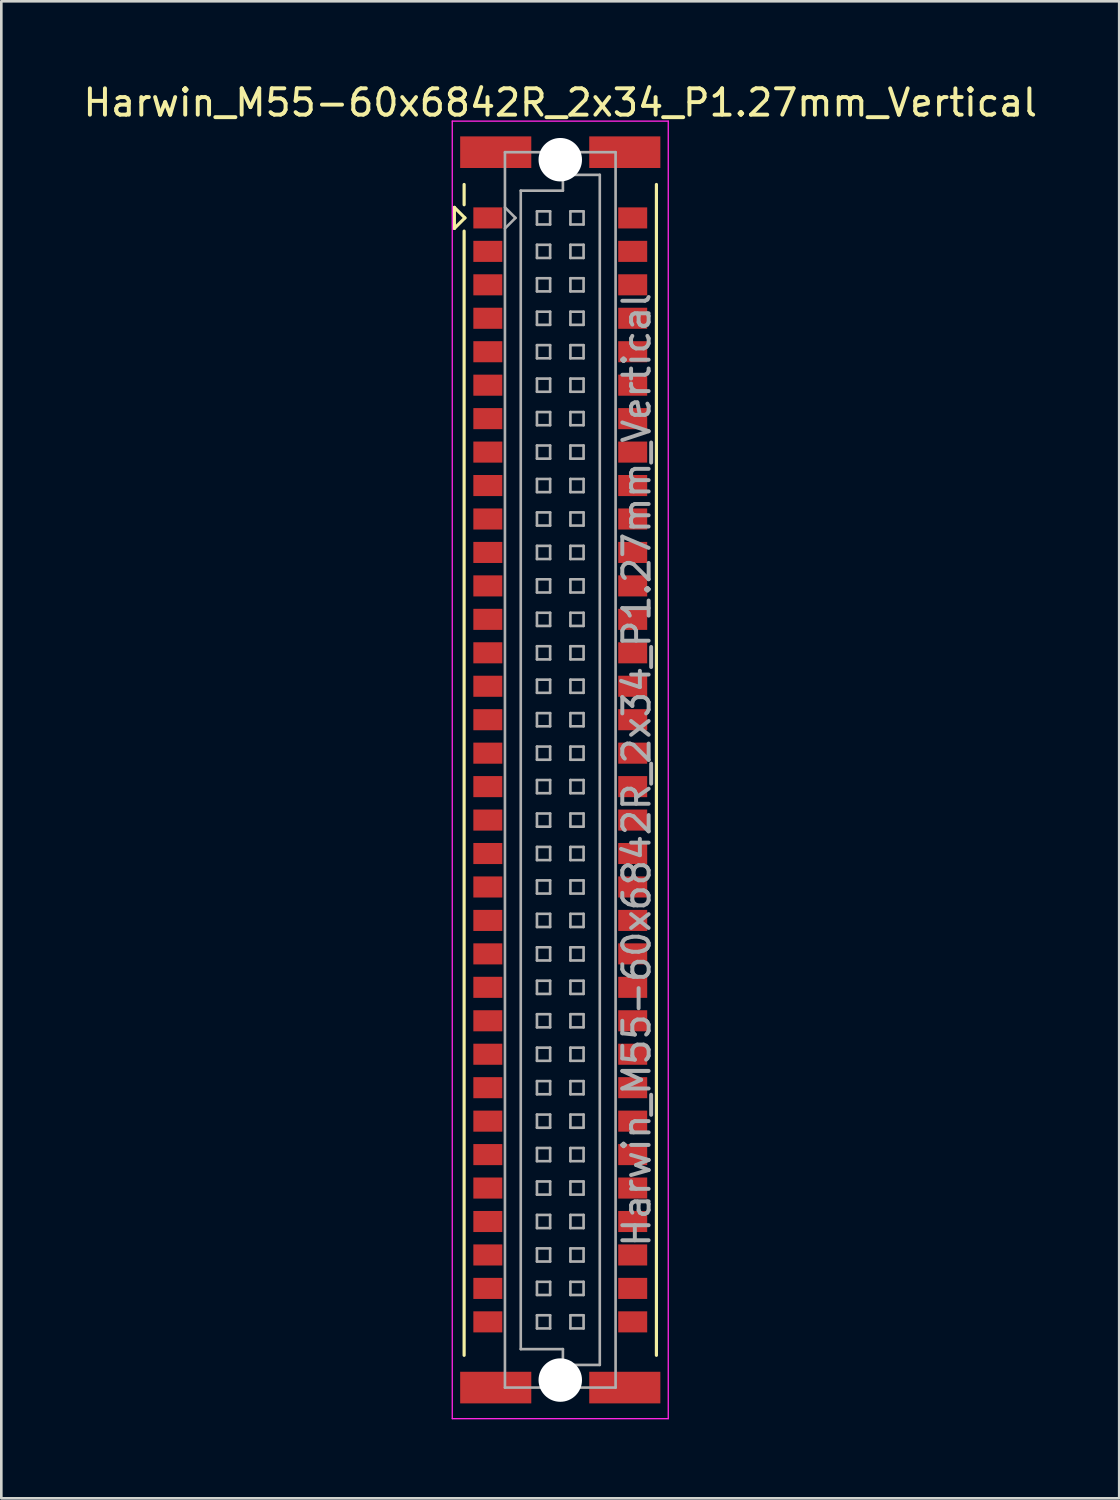
<source format=kicad_pcb>
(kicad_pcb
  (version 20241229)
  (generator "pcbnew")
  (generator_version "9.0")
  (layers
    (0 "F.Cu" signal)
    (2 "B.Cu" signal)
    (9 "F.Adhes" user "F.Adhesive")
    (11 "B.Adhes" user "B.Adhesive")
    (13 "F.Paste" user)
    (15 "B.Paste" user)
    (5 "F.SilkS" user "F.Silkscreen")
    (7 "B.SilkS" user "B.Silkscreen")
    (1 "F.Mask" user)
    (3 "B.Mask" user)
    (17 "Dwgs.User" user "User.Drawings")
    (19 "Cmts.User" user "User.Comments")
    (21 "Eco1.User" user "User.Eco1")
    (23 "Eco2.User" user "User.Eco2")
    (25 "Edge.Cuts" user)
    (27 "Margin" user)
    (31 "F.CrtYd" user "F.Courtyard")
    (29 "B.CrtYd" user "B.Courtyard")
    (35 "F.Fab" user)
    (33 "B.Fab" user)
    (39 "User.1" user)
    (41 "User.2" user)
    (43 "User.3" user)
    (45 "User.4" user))
  (footprint "Harwin_M55-60x6842R_2x34_P1.27mm_Vertical"
    (layer "F.Cu")
    (at 18.22 26.178)
    (property "Reference" "Harwin_M55-60x6842R_2x34_P1.27mm_Vertical" (at 0 -25.33 0) (layer "F.SilkS") (effects (font (size 1 1) (thickness 0.15))))
    (attr smd)
    (fp_line (start -4.02 -21.355) (end -4.02 -20.555) (stroke (width 0.12) (type solid)) (layer "F.SilkS"))
    (fp_line (start -4.02 -20.555) (end -3.62 -20.955) (stroke (width 0.12) (type solid)) (layer "F.SilkS"))
    (fp_line (start -3.65 -21.455) (end -3.65 -22.225) (stroke (width 0.12) (type solid)) (layer "F.SilkS"))
    (fp_line (start -3.65 -20.455) (end -3.65 22.225) (stroke (width 0.12) (type solid)) (layer "F.SilkS"))
    (fp_line (start -3.62 -20.955) (end -4.02 -21.355) (stroke (width 0.12) (type solid)) (layer "F.SilkS"))
    (fp_line (start 3.65 22.225) (end 3.65 -22.225) (stroke (width 0.12) (type solid)) (layer "F.SilkS"))
    (fp_line (start -4.1 -24.63) (end 4.1 -24.63) (stroke (width 0.05) (type solid)) (layer "F.CrtYd"))
    (fp_line (start -4.1 24.63) (end -4.1 -24.63) (stroke (width 0.05) (type solid)) (layer "F.CrtYd"))
    (fp_line (start 4.1 -24.63) (end 4.1 24.63) (stroke (width 0.05) (type solid)) (layer "F.CrtYd"))
    (fp_line (start 4.1 24.63) (end -4.1 24.63) (stroke (width 0.05) (type solid)) (layer "F.CrtYd"))
    (fp_line (start -2.1 -23.45) (end -2.1 23.45) (stroke (width 0.1) (type solid)) (layer "F.Fab"))
    (fp_line (start -2.1 -20.555) (end -1.7 -20.955) (stroke (width 0.1) (type solid)) (layer "F.Fab"))
    (fp_line (start -2.1 23.45) (end 2.1 23.45) (stroke (width 0.1) (type solid)) (layer "F.Fab"))
    (fp_line (start -1.7 -20.955) (end -2.1 -21.355) (stroke (width 0.1) (type solid)) (layer "F.Fab"))
    (fp_line (start -1.5 -21.99) (end 0.1 -21.99) (stroke (width 0.1) (type solid)) (layer "F.Fab"))
    (fp_line (start -1.5 21.99) (end -1.5 -21.99) (stroke (width 0.1) (type solid)) (layer "F.Fab"))
    (fp_line (start -0.885 -21.205) (end -0.885 -20.705) (stroke (width 0.1) (type solid)) (layer "F.Fab"))
    (fp_line (start -0.885 -20.705) (end -0.385 -20.705) (stroke (width 0.1) (type solid)) (layer "F.Fab"))
    (fp_line (start -0.885 -19.935) (end -0.885 -19.435) (stroke (width 0.1) (type solid)) (layer "F.Fab"))
    (fp_line (start -0.885 -19.435) (end -0.385 -19.435) (stroke (width 0.1) (type solid)) (layer "F.Fab"))
    (fp_line (start -0.885 -18.665) (end -0.885 -18.165) (stroke (width 0.1) (type solid)) (layer "F.Fab"))
    (fp_line (start -0.885 -18.165) (end -0.385 -18.165) (stroke (width 0.1) (type solid)) (layer "F.Fab"))
    (fp_line (start -0.885 -17.395) (end -0.885 -16.895) (stroke (width 0.1) (type solid)) (layer "F.Fab"))
    (fp_line (start -0.885 -16.895) (end -0.385 -16.895) (stroke (width 0.1) (type solid)) (layer "F.Fab"))
    (fp_line (start -0.885 -16.125) (end -0.885 -15.625) (stroke (width 0.1) (type solid)) (layer "F.Fab"))
    (fp_line (start -0.885 -15.625) (end -0.385 -15.625) (stroke (width 0.1) (type solid)) (layer "F.Fab"))
    (fp_line (start -0.885 -14.855) (end -0.885 -14.355) (stroke (width 0.1) (type solid)) (layer "F.Fab"))
    (fp_line (start -0.885 -14.355) (end -0.385 -14.355) (stroke (width 0.1) (type solid)) (layer "F.Fab"))
    (fp_line (start -0.885 -13.585) (end -0.885 -13.085) (stroke (width 0.1) (type solid)) (layer "F.Fab"))
    (fp_line (start -0.885 -13.085) (end -0.385 -13.085) (stroke (width 0.1) (type solid)) (layer "F.Fab"))
    (fp_line (start -0.885 -12.315) (end -0.885 -11.815) (stroke (width 0.1) (type solid)) (layer "F.Fab"))
    (fp_line (start -0.885 -11.815) (end -0.385 -11.815) (stroke (width 0.1) (type solid)) (layer "F.Fab"))
    (fp_line (start -0.885 -11.045) (end -0.885 -10.545) (stroke (width 0.1) (type solid)) (layer "F.Fab"))
    (fp_line (start -0.885 -10.545) (end -0.385 -10.545) (stroke (width 0.1) (type solid)) (layer "F.Fab"))
    (fp_line (start -0.885 -9.775) (end -0.885 -9.275) (stroke (width 0.1) (type solid)) (layer "F.Fab"))
    (fp_line (start -0.885 -9.275) (end -0.385 -9.275) (stroke (width 0.1) (type solid)) (layer "F.Fab"))
    (fp_line (start -0.885 -8.505) (end -0.885 -8.005) (stroke (width 0.1) (type solid)) (layer "F.Fab"))
    (fp_line (start -0.885 -8.005) (end -0.385 -8.005) (stroke (width 0.1) (type solid)) (layer "F.Fab"))
    (fp_line (start -0.885 -7.235) (end -0.885 -6.735) (stroke (width 0.1) (type solid)) (layer "F.Fab"))
    (fp_line (start -0.885 -6.735) (end -0.385 -6.735) (stroke (width 0.1) (type solid)) (layer "F.Fab"))
    (fp_line (start -0.885 -5.965) (end -0.885 -5.465) (stroke (width 0.1) (type solid)) (layer "F.Fab"))
    (fp_line (start -0.885 -5.465) (end -0.385 -5.465) (stroke (width 0.1) (type solid)) (layer "F.Fab"))
    (fp_line (start -0.885 -4.695) (end -0.885 -4.195) (stroke (width 0.1) (type solid)) (layer "F.Fab"))
    (fp_line (start -0.885 -4.195) (end -0.385 -4.195) (stroke (width 0.1) (type solid)) (layer "F.Fab"))
    (fp_line (start -0.885 -3.425) (end -0.885 -2.925) (stroke (width 0.1) (type solid)) (layer "F.Fab"))
    (fp_line (start -0.885 -2.925) (end -0.385 -2.925) (stroke (width 0.1) (type solid)) (layer "F.Fab"))
    (fp_line (start -0.885 -2.155) (end -0.885 -1.655) (stroke (width 0.1) (type solid)) (layer "F.Fab"))
    (fp_line (start -0.885 -1.655) (end -0.385 -1.655) (stroke (width 0.1) (type solid)) (layer "F.Fab"))
    (fp_line (start -0.885 -0.885) (end -0.885 -0.385) (stroke (width 0.1) (type solid)) (layer "F.Fab"))
    (fp_line (start -0.885 -0.385) (end -0.385 -0.385) (stroke (width 0.1) (type solid)) (layer "F.Fab"))
    (fp_line (start -0.885 0.385) (end -0.885 0.885) (stroke (width 0.1) (type solid)) (layer "F.Fab"))
    (fp_line (start -0.885 0.885) (end -0.385 0.885) (stroke (width 0.1) (type solid)) (layer "F.Fab"))
    (fp_line (start -0.885 1.655) (end -0.885 2.155) (stroke (width 0.1) (type solid)) (layer "F.Fab"))
    (fp_line (start -0.885 2.155) (end -0.385 2.155) (stroke (width 0.1) (type solid)) (layer "F.Fab"))
    (fp_line (start -0.885 2.925) (end -0.885 3.425) (stroke (width 0.1) (type solid)) (layer "F.Fab"))
    (fp_line (start -0.885 3.425) (end -0.385 3.425) (stroke (width 0.1) (type solid)) (layer "F.Fab"))
    (fp_line (start -0.885 4.195) (end -0.885 4.695) (stroke (width 0.1) (type solid)) (layer "F.Fab"))
    (fp_line (start -0.885 4.695) (end -0.385 4.695) (stroke (width 0.1) (type solid)) (layer "F.Fab"))
    (fp_line (start -0.885 5.465) (end -0.885 5.965) (stroke (width 0.1) (type solid)) (layer "F.Fab"))
    (fp_line (start -0.885 5.965) (end -0.385 5.965) (stroke (width 0.1) (type solid)) (layer "F.Fab"))
    (fp_line (start -0.885 6.735) (end -0.885 7.235) (stroke (width 0.1) (type solid)) (layer "F.Fab"))
    (fp_line (start -0.885 7.235) (end -0.385 7.235) (stroke (width 0.1) (type solid)) (layer "F.Fab"))
    (fp_line (start -0.885 8.005) (end -0.885 8.505) (stroke (width 0.1) (type solid)) (layer "F.Fab"))
    (fp_line (start -0.885 8.505) (end -0.385 8.505) (stroke (width 0.1) (type solid)) (layer "F.Fab"))
    (fp_line (start -0.885 9.275) (end -0.885 9.775) (stroke (width 0.1) (type solid)) (layer "F.Fab"))
    (fp_line (start -0.885 9.775) (end -0.385 9.775) (stroke (width 0.1) (type solid)) (layer "F.Fab"))
    (fp_line (start -0.885 10.545) (end -0.885 11.045) (stroke (width 0.1) (type solid)) (layer "F.Fab"))
    (fp_line (start -0.885 11.045) (end -0.385 11.045) (stroke (width 0.1) (type solid)) (layer "F.Fab"))
    (fp_line (start -0.885 11.815) (end -0.885 12.315) (stroke (width 0.1) (type solid)) (layer "F.Fab"))
    (fp_line (start -0.885 12.315) (end -0.385 12.315) (stroke (width 0.1) (type solid)) (layer "F.Fab"))
    (fp_line (start -0.885 13.085) (end -0.885 13.585) (stroke (width 0.1) (type solid)) (layer "F.Fab"))
    (fp_line (start -0.885 13.585) (end -0.385 13.585) (stroke (width 0.1) (type solid)) (layer "F.Fab"))
    (fp_line (start -0.885 14.355) (end -0.885 14.855) (stroke (width 0.1) (type solid)) (layer "F.Fab"))
    (fp_line (start -0.885 14.855) (end -0.385 14.855) (stroke (width 0.1) (type solid)) (layer "F.Fab"))
    (fp_line (start -0.885 15.625) (end -0.885 16.125) (stroke (width 0.1) (type solid)) (layer "F.Fab"))
    (fp_line (start -0.885 16.125) (end -0.385 16.125) (stroke (width 0.1) (type solid)) (layer "F.Fab"))
    (fp_line (start -0.885 16.895) (end -0.885 17.395) (stroke (width 0.1) (type solid)) (layer "F.Fab"))
    (fp_line (start -0.885 17.395) (end -0.385 17.395) (stroke (width 0.1) (type solid)) (layer "F.Fab"))
    (fp_line (start -0.885 18.165) (end -0.885 18.665) (stroke (width 0.1) (type solid)) (layer "F.Fab"))
    (fp_line (start -0.885 18.665) (end -0.385 18.665) (stroke (width 0.1) (type solid)) (layer "F.Fab"))
    (fp_line (start -0.885 19.435) (end -0.885 19.935) (stroke (width 0.1) (type solid)) (layer "F.Fab"))
    (fp_line (start -0.885 19.935) (end -0.385 19.935) (stroke (width 0.1) (type solid)) (layer "F.Fab"))
    (fp_line (start -0.885 20.705) (end -0.885 21.205) (stroke (width 0.1) (type solid)) (layer "F.Fab"))
    (fp_line (start -0.885 21.205) (end -0.385 21.205) (stroke (width 0.1) (type solid)) (layer "F.Fab"))
    (fp_line (start -0.385 -21.205) (end -0.885 -21.205) (stroke (width 0.1) (type solid)) (layer "F.Fab"))
    (fp_line (start -0.385 -20.705) (end -0.385 -21.205) (stroke (width 0.1) (type solid)) (layer "F.Fab"))
    (fp_line (start -0.385 -19.935) (end -0.885 -19.935) (stroke (width 0.1) (type solid)) (layer "F.Fab"))
    (fp_line (start -0.385 -19.435) (end -0.385 -19.935) (stroke (width 0.1) (type solid)) (layer "F.Fab"))
    (fp_line (start -0.385 -18.665) (end -0.885 -18.665) (stroke (width 0.1) (type solid)) (layer "F.Fab"))
    (fp_line (start -0.385 -18.165) (end -0.385 -18.665) (stroke (width 0.1) (type solid)) (layer "F.Fab"))
    (fp_line (start -0.385 -17.395) (end -0.885 -17.395) (stroke (width 0.1) (type solid)) (layer "F.Fab"))
    (fp_line (start -0.385 -16.895) (end -0.385 -17.395) (stroke (width 0.1) (type solid)) (layer "F.Fab"))
    (fp_line (start -0.385 -16.125) (end -0.885 -16.125) (stroke (width 0.1) (type solid)) (layer "F.Fab"))
    (fp_line (start -0.385 -15.625) (end -0.385 -16.125) (stroke (width 0.1) (type solid)) (layer "F.Fab"))
    (fp_line (start -0.385 -14.855) (end -0.885 -14.855) (stroke (width 0.1) (type solid)) (layer "F.Fab"))
    (fp_line (start -0.385 -14.355) (end -0.385 -14.855) (stroke (width 0.1) (type solid)) (layer "F.Fab"))
    (fp_line (start -0.385 -13.585) (end -0.885 -13.585) (stroke (width 0.1) (type solid)) (layer "F.Fab"))
    (fp_line (start -0.385 -13.085) (end -0.385 -13.585) (stroke (width 0.1) (type solid)) (layer "F.Fab"))
    (fp_line (start -0.385 -12.315) (end -0.885 -12.315) (stroke (width 0.1) (type solid)) (layer "F.Fab"))
    (fp_line (start -0.385 -11.815) (end -0.385 -12.315) (stroke (width 0.1) (type solid)) (layer "F.Fab"))
    (fp_line (start -0.385 -11.045) (end -0.885 -11.045) (stroke (width 0.1) (type solid)) (layer "F.Fab"))
    (fp_line (start -0.385 -10.545) (end -0.385 -11.045) (stroke (width 0.1) (type solid)) (layer "F.Fab"))
    (fp_line (start -0.385 -9.775) (end -0.885 -9.775) (stroke (width 0.1) (type solid)) (layer "F.Fab"))
    (fp_line (start -0.385 -9.275) (end -0.385 -9.775) (stroke (width 0.1) (type solid)) (layer "F.Fab"))
    (fp_line (start -0.385 -8.505) (end -0.885 -8.505) (stroke (width 0.1) (type solid)) (layer "F.Fab"))
    (fp_line (start -0.385 -8.005) (end -0.385 -8.505) (stroke (width 0.1) (type solid)) (layer "F.Fab"))
    (fp_line (start -0.385 -7.235) (end -0.885 -7.235) (stroke (width 0.1) (type solid)) (layer "F.Fab"))
    (fp_line (start -0.385 -6.735) (end -0.385 -7.235) (stroke (width 0.1) (type solid)) (layer "F.Fab"))
    (fp_line (start -0.385 -5.965) (end -0.885 -5.965) (stroke (width 0.1) (type solid)) (layer "F.Fab"))
    (fp_line (start -0.385 -5.465) (end -0.385 -5.965) (stroke (width 0.1) (type solid)) (layer "F.Fab"))
    (fp_line (start -0.385 -4.695) (end -0.885 -4.695) (stroke (width 0.1) (type solid)) (layer "F.Fab"))
    (fp_line (start -0.385 -4.195) (end -0.385 -4.695) (stroke (width 0.1) (type solid)) (layer "F.Fab"))
    (fp_line (start -0.385 -3.425) (end -0.885 -3.425) (stroke (width 0.1) (type solid)) (layer "F.Fab"))
    (fp_line (start -0.385 -2.925) (end -0.385 -3.425) (stroke (width 0.1) (type solid)) (layer "F.Fab"))
    (fp_line (start -0.385 -2.155) (end -0.885 -2.155) (stroke (width 0.1) (type solid)) (layer "F.Fab"))
    (fp_line (start -0.385 -1.655) (end -0.385 -2.155) (stroke (width 0.1) (type solid)) (layer "F.Fab"))
    (fp_line (start -0.385 -0.885) (end -0.885 -0.885) (stroke (width 0.1) (type solid)) (layer "F.Fab"))
    (fp_line (start -0.385 -0.385) (end -0.385 -0.885) (stroke (width 0.1) (type solid)) (layer "F.Fab"))
    (fp_line (start -0.385 0.385) (end -0.885 0.385) (stroke (width 0.1) (type solid)) (layer "F.Fab"))
    (fp_line (start -0.385 0.885) (end -0.385 0.385) (stroke (width 0.1) (type solid)) (layer "F.Fab"))
    (fp_line (start -0.385 1.655) (end -0.885 1.655) (stroke (width 0.1) (type solid)) (layer "F.Fab"))
    (fp_line (start -0.385 2.155) (end -0.385 1.655) (stroke (width 0.1) (type solid)) (layer "F.Fab"))
    (fp_line (start -0.385 2.925) (end -0.885 2.925) (stroke (width 0.1) (type solid)) (layer "F.Fab"))
    (fp_line (start -0.385 3.425) (end -0.385 2.925) (stroke (width 0.1) (type solid)) (layer "F.Fab"))
    (fp_line (start -0.385 4.195) (end -0.885 4.195) (stroke (width 0.1) (type solid)) (layer "F.Fab"))
    (fp_line (start -0.385 4.695) (end -0.385 4.195) (stroke (width 0.1) (type solid)) (layer "F.Fab"))
    (fp_line (start -0.385 5.465) (end -0.885 5.465) (stroke (width 0.1) (type solid)) (layer "F.Fab"))
    (fp_line (start -0.385 5.965) (end -0.385 5.465) (stroke (width 0.1) (type solid)) (layer "F.Fab"))
    (fp_line (start -0.385 6.735) (end -0.885 6.735) (stroke (width 0.1) (type solid)) (layer "F.Fab"))
    (fp_line (start -0.385 7.235) (end -0.385 6.735) (stroke (width 0.1) (type solid)) (layer "F.Fab"))
    (fp_line (start -0.385 8.005) (end -0.885 8.005) (stroke (width 0.1) (type solid)) (layer "F.Fab"))
    (fp_line (start -0.385 8.505) (end -0.385 8.005) (stroke (width 0.1) (type solid)) (layer "F.Fab"))
    (fp_line (start -0.385 9.275) (end -0.885 9.275) (stroke (width 0.1) (type solid)) (layer "F.Fab"))
    (fp_line (start -0.385 9.775) (end -0.385 9.275) (stroke (width 0.1) (type solid)) (layer "F.Fab"))
    (fp_line (start -0.385 10.545) (end -0.885 10.545) (stroke (width 0.1) (type solid)) (layer "F.Fab"))
    (fp_line (start -0.385 11.045) (end -0.385 10.545) (stroke (width 0.1) (type solid)) (layer "F.Fab"))
    (fp_line (start -0.385 11.815) (end -0.885 11.815) (stroke (width 0.1) (type solid)) (layer "F.Fab"))
    (fp_line (start -0.385 12.315) (end -0.385 11.815) (stroke (width 0.1) (type solid)) (layer "F.Fab"))
    (fp_line (start -0.385 13.085) (end -0.885 13.085) (stroke (width 0.1) (type solid)) (layer "F.Fab"))
    (fp_line (start -0.385 13.585) (end -0.385 13.085) (stroke (width 0.1) (type solid)) (layer "F.Fab"))
    (fp_line (start -0.385 14.355) (end -0.885 14.355) (stroke (width 0.1) (type solid)) (layer "F.Fab"))
    (fp_line (start -0.385 14.855) (end -0.385 14.355) (stroke (width 0.1) (type solid)) (layer "F.Fab"))
    (fp_line (start -0.385 15.625) (end -0.885 15.625) (stroke (width 0.1) (type solid)) (layer "F.Fab"))
    (fp_line (start -0.385 16.125) (end -0.385 15.625) (stroke (width 0.1) (type solid)) (layer "F.Fab"))
    (fp_line (start -0.385 16.895) (end -0.885 16.895) (stroke (width 0.1) (type solid)) (layer "F.Fab"))
    (fp_line (start -0.385 17.395) (end -0.385 16.895) (stroke (width 0.1) (type solid)) (layer "F.Fab"))
    (fp_line (start -0.385 18.165) (end -0.885 18.165) (stroke (width 0.1) (type solid)) (layer "F.Fab"))
    (fp_line (start -0.385 18.665) (end -0.385 18.165) (stroke (width 0.1) (type solid)) (layer "F.Fab"))
    (fp_line (start -0.385 19.435) (end -0.885 19.435) (stroke (width 0.1) (type solid)) (layer "F.Fab"))
    (fp_line (start -0.385 19.935) (end -0.385 19.435) (stroke (width 0.1) (type solid)) (layer "F.Fab"))
    (fp_line (start -0.385 20.705) (end -0.885 20.705) (stroke (width 0.1) (type solid)) (layer "F.Fab"))
    (fp_line (start -0.385 21.205) (end -0.385 20.705) (stroke (width 0.1) (type solid)) (layer "F.Fab"))
    (fp_line (start 0.1 -22.59) (end 1.5 -22.59) (stroke (width 0.1) (type solid)) (layer "F.Fab"))
    (fp_line (start 0.1 -21.99) (end 0.1 -22.59) (stroke (width 0.1) (type solid)) (layer "F.Fab"))
    (fp_line (start 0.1 21.99) (end -1.5 21.99) (stroke (width 0.1) (type solid)) (layer "F.Fab"))
    (fp_line (start 0.1 22.59) (end 0.1 21.99) (stroke (width 0.1) (type solid)) (layer "F.Fab"))
    (fp_line (start 0.385 -21.205) (end 0.385 -20.705) (stroke (width 0.1) (type solid)) (layer "F.Fab"))
    (fp_line (start 0.385 -20.705) (end 0.885 -20.705) (stroke (width 0.1) (type solid)) (layer "F.Fab"))
    (fp_line (start 0.385 -19.935) (end 0.385 -19.435) (stroke (width 0.1) (type solid)) (layer "F.Fab"))
    (fp_line (start 0.385 -19.435) (end 0.885 -19.435) (stroke (width 0.1) (type solid)) (layer "F.Fab"))
    (fp_line (start 0.385 -18.665) (end 0.385 -18.165) (stroke (width 0.1) (type solid)) (layer "F.Fab"))
    (fp_line (start 0.385 -18.165) (end 0.885 -18.165) (stroke (width 0.1) (type solid)) (layer "F.Fab"))
    (fp_line (start 0.385 -17.395) (end 0.385 -16.895) (stroke (width 0.1) (type solid)) (layer "F.Fab"))
    (fp_line (start 0.385 -16.895) (end 0.885 -16.895) (stroke (width 0.1) (type solid)) (layer "F.Fab"))
    (fp_line (start 0.385 -16.125) (end 0.385 -15.625) (stroke (width 0.1) (type solid)) (layer "F.Fab"))
    (fp_line (start 0.385 -15.625) (end 0.885 -15.625) (stroke (width 0.1) (type solid)) (layer "F.Fab"))
    (fp_line (start 0.385 -14.855) (end 0.385 -14.355) (stroke (width 0.1) (type solid)) (layer "F.Fab"))
    (fp_line (start 0.385 -14.355) (end 0.885 -14.355) (stroke (width 0.1) (type solid)) (layer "F.Fab"))
    (fp_line (start 0.385 -13.585) (end 0.385 -13.085) (stroke (width 0.1) (type solid)) (layer "F.Fab"))
    (fp_line (start 0.385 -13.085) (end 0.885 -13.085) (stroke (width 0.1) (type solid)) (layer "F.Fab"))
    (fp_line (start 0.385 -12.315) (end 0.385 -11.815) (stroke (width 0.1) (type solid)) (layer "F.Fab"))
    (fp_line (start 0.385 -11.815) (end 0.885 -11.815) (stroke (width 0.1) (type solid)) (layer "F.Fab"))
    (fp_line (start 0.385 -11.045) (end 0.385 -10.545) (stroke (width 0.1) (type solid)) (layer "F.Fab"))
    (fp_line (start 0.385 -10.545) (end 0.885 -10.545) (stroke (width 0.1) (type solid)) (layer "F.Fab"))
    (fp_line (start 0.385 -9.775) (end 0.385 -9.275) (stroke (width 0.1) (type solid)) (layer "F.Fab"))
    (fp_line (start 0.385 -9.275) (end 0.885 -9.275) (stroke (width 0.1) (type solid)) (layer "F.Fab"))
    (fp_line (start 0.385 -8.505) (end 0.385 -8.005) (stroke (width 0.1) (type solid)) (layer "F.Fab"))
    (fp_line (start 0.385 -8.005) (end 0.885 -8.005) (stroke (width 0.1) (type solid)) (layer "F.Fab"))
    (fp_line (start 0.385 -7.235) (end 0.385 -6.735) (stroke (width 0.1) (type solid)) (layer "F.Fab"))
    (fp_line (start 0.385 -6.735) (end 0.885 -6.735) (stroke (width 0.1) (type solid)) (layer "F.Fab"))
    (fp_line (start 0.385 -5.965) (end 0.385 -5.465) (stroke (width 0.1) (type solid)) (layer "F.Fab"))
    (fp_line (start 0.385 -5.465) (end 0.885 -5.465) (stroke (width 0.1) (type solid)) (layer "F.Fab"))
    (fp_line (start 0.385 -4.695) (end 0.385 -4.195) (stroke (width 0.1) (type solid)) (layer "F.Fab"))
    (fp_line (start 0.385 -4.195) (end 0.885 -4.195) (stroke (width 0.1) (type solid)) (layer "F.Fab"))
    (fp_line (start 0.385 -3.425) (end 0.385 -2.925) (stroke (width 0.1) (type solid)) (layer "F.Fab"))
    (fp_line (start 0.385 -2.925) (end 0.885 -2.925) (stroke (width 0.1) (type solid)) (layer "F.Fab"))
    (fp_line (start 0.385 -2.155) (end 0.385 -1.655) (stroke (width 0.1) (type solid)) (layer "F.Fab"))
    (fp_line (start 0.385 -1.655) (end 0.885 -1.655) (stroke (width 0.1) (type solid)) (layer "F.Fab"))
    (fp_line (start 0.385 -0.885) (end 0.385 -0.385) (stroke (width 0.1) (type solid)) (layer "F.Fab"))
    (fp_line (start 0.385 -0.385) (end 0.885 -0.385) (stroke (width 0.1) (type solid)) (layer "F.Fab"))
    (fp_line (start 0.385 0.385) (end 0.385 0.885) (stroke (width 0.1) (type solid)) (layer "F.Fab"))
    (fp_line (start 0.385 0.885) (end 0.885 0.885) (stroke (width 0.1) (type solid)) (layer "F.Fab"))
    (fp_line (start 0.385 1.655) (end 0.385 2.155) (stroke (width 0.1) (type solid)) (layer "F.Fab"))
    (fp_line (start 0.385 2.155) (end 0.885 2.155) (stroke (width 0.1) (type solid)) (layer "F.Fab"))
    (fp_line (start 0.385 2.925) (end 0.385 3.425) (stroke (width 0.1) (type solid)) (layer "F.Fab"))
    (fp_line (start 0.385 3.425) (end 0.885 3.425) (stroke (width 0.1) (type solid)) (layer "F.Fab"))
    (fp_line (start 0.385 4.195) (end 0.385 4.695) (stroke (width 0.1) (type solid)) (layer "F.Fab"))
    (fp_line (start 0.385 4.695) (end 0.885 4.695) (stroke (width 0.1) (type solid)) (layer "F.Fab"))
    (fp_line (start 0.385 5.465) (end 0.385 5.965) (stroke (width 0.1) (type solid)) (layer "F.Fab"))
    (fp_line (start 0.385 5.965) (end 0.885 5.965) (stroke (width 0.1) (type solid)) (layer "F.Fab"))
    (fp_line (start 0.385 6.735) (end 0.385 7.235) (stroke (width 0.1) (type solid)) (layer "F.Fab"))
    (fp_line (start 0.385 7.235) (end 0.885 7.235) (stroke (width 0.1) (type solid)) (layer "F.Fab"))
    (fp_line (start 0.385 8.005) (end 0.385 8.505) (stroke (width 0.1) (type solid)) (layer "F.Fab"))
    (fp_line (start 0.385 8.505) (end 0.885 8.505) (stroke (width 0.1) (type solid)) (layer "F.Fab"))
    (fp_line (start 0.385 9.275) (end 0.385 9.775) (stroke (width 0.1) (type solid)) (layer "F.Fab"))
    (fp_line (start 0.385 9.775) (end 0.885 9.775) (stroke (width 0.1) (type solid)) (layer "F.Fab"))
    (fp_line (start 0.385 10.545) (end 0.385 11.045) (stroke (width 0.1) (type solid)) (layer "F.Fab"))
    (fp_line (start 0.385 11.045) (end 0.885 11.045) (stroke (width 0.1) (type solid)) (layer "F.Fab"))
    (fp_line (start 0.385 11.815) (end 0.385 12.315) (stroke (width 0.1) (type solid)) (layer "F.Fab"))
    (fp_line (start 0.385 12.315) (end 0.885 12.315) (stroke (width 0.1) (type solid)) (layer "F.Fab"))
    (fp_line (start 0.385 13.085) (end 0.385 13.585) (stroke (width 0.1) (type solid)) (layer "F.Fab"))
    (fp_line (start 0.385 13.585) (end 0.885 13.585) (stroke (width 0.1) (type solid)) (layer "F.Fab"))
    (fp_line (start 0.385 14.355) (end 0.385 14.855) (stroke (width 0.1) (type solid)) (layer "F.Fab"))
    (fp_line (start 0.385 14.855) (end 0.885 14.855) (stroke (width 0.1) (type solid)) (layer "F.Fab"))
    (fp_line (start 0.385 15.625) (end 0.385 16.125) (stroke (width 0.1) (type solid)) (layer "F.Fab"))
    (fp_line (start 0.385 16.125) (end 0.885 16.125) (stroke (width 0.1) (type solid)) (layer "F.Fab"))
    (fp_line (start 0.385 16.895) (end 0.385 17.395) (stroke (width 0.1) (type solid)) (layer "F.Fab"))
    (fp_line (start 0.385 17.395) (end 0.885 17.395) (stroke (width 0.1) (type solid)) (layer "F.Fab"))
    (fp_line (start 0.385 18.165) (end 0.385 18.665) (stroke (width 0.1) (type solid)) (layer "F.Fab"))
    (fp_line (start 0.385 18.665) (end 0.885 18.665) (stroke (width 0.1) (type solid)) (layer "F.Fab"))
    (fp_line (start 0.385 19.435) (end 0.385 19.935) (stroke (width 0.1) (type solid)) (layer "F.Fab"))
    (fp_line (start 0.385 19.935) (end 0.885 19.935) (stroke (width 0.1) (type solid)) (layer "F.Fab"))
    (fp_line (start 0.385 20.705) (end 0.385 21.205) (stroke (width 0.1) (type solid)) (layer "F.Fab"))
    (fp_line (start 0.385 21.205) (end 0.885 21.205) (stroke (width 0.1) (type solid)) (layer "F.Fab"))
    (fp_line (start 0.885 -21.205) (end 0.385 -21.205) (stroke (width 0.1) (type solid)) (layer "F.Fab"))
    (fp_line (start 0.885 -20.705) (end 0.885 -21.205) (stroke (width 0.1) (type solid)) (layer "F.Fab"))
    (fp_line (start 0.885 -19.935) (end 0.385 -19.935) (stroke (width 0.1) (type solid)) (layer "F.Fab"))
    (fp_line (start 0.885 -19.435) (end 0.885 -19.935) (stroke (width 0.1) (type solid)) (layer "F.Fab"))
    (fp_line (start 0.885 -18.665) (end 0.385 -18.665) (stroke (width 0.1) (type solid)) (layer "F.Fab"))
    (fp_line (start 0.885 -18.165) (end 0.885 -18.665) (stroke (width 0.1) (type solid)) (layer "F.Fab"))
    (fp_line (start 0.885 -17.395) (end 0.385 -17.395) (stroke (width 0.1) (type solid)) (layer "F.Fab"))
    (fp_line (start 0.885 -16.895) (end 0.885 -17.395) (stroke (width 0.1) (type solid)) (layer "F.Fab"))
    (fp_line (start 0.885 -16.125) (end 0.385 -16.125) (stroke (width 0.1) (type solid)) (layer "F.Fab"))
    (fp_line (start 0.885 -15.625) (end 0.885 -16.125) (stroke (width 0.1) (type solid)) (layer "F.Fab"))
    (fp_line (start 0.885 -14.855) (end 0.385 -14.855) (stroke (width 0.1) (type solid)) (layer "F.Fab"))
    (fp_line (start 0.885 -14.355) (end 0.885 -14.855) (stroke (width 0.1) (type solid)) (layer "F.Fab"))
    (fp_line (start 0.885 -13.585) (end 0.385 -13.585) (stroke (width 0.1) (type solid)) (layer "F.Fab"))
    (fp_line (start 0.885 -13.085) (end 0.885 -13.585) (stroke (width 0.1) (type solid)) (layer "F.Fab"))
    (fp_line (start 0.885 -12.315) (end 0.385 -12.315) (stroke (width 0.1) (type solid)) (layer "F.Fab"))
    (fp_line (start 0.885 -11.815) (end 0.885 -12.315) (stroke (width 0.1) (type solid)) (layer "F.Fab"))
    (fp_line (start 0.885 -11.045) (end 0.385 -11.045) (stroke (width 0.1) (type solid)) (layer "F.Fab"))
    (fp_line (start 0.885 -10.545) (end 0.885 -11.045) (stroke (width 0.1) (type solid)) (layer "F.Fab"))
    (fp_line (start 0.885 -9.775) (end 0.385 -9.775) (stroke (width 0.1) (type solid)) (layer "F.Fab"))
    (fp_line (start 0.885 -9.275) (end 0.885 -9.775) (stroke (width 0.1) (type solid)) (layer "F.Fab"))
    (fp_line (start 0.885 -8.505) (end 0.385 -8.505) (stroke (width 0.1) (type solid)) (layer "F.Fab"))
    (fp_line (start 0.885 -8.005) (end 0.885 -8.505) (stroke (width 0.1) (type solid)) (layer "F.Fab"))
    (fp_line (start 0.885 -7.235) (end 0.385 -7.235) (stroke (width 0.1) (type solid)) (layer "F.Fab"))
    (fp_line (start 0.885 -6.735) (end 0.885 -7.235) (stroke (width 0.1) (type solid)) (layer "F.Fab"))
    (fp_line (start 0.885 -5.965) (end 0.385 -5.965) (stroke (width 0.1) (type solid)) (layer "F.Fab"))
    (fp_line (start 0.885 -5.465) (end 0.885 -5.965) (stroke (width 0.1) (type solid)) (layer "F.Fab"))
    (fp_line (start 0.885 -4.695) (end 0.385 -4.695) (stroke (width 0.1) (type solid)) (layer "F.Fab"))
    (fp_line (start 0.885 -4.195) (end 0.885 -4.695) (stroke (width 0.1) (type solid)) (layer "F.Fab"))
    (fp_line (start 0.885 -3.425) (end 0.385 -3.425) (stroke (width 0.1) (type solid)) (layer "F.Fab"))
    (fp_line (start 0.885 -2.925) (end 0.885 -3.425) (stroke (width 0.1) (type solid)) (layer "F.Fab"))
    (fp_line (start 0.885 -2.155) (end 0.385 -2.155) (stroke (width 0.1) (type solid)) (layer "F.Fab"))
    (fp_line (start 0.885 -1.655) (end 0.885 -2.155) (stroke (width 0.1) (type solid)) (layer "F.Fab"))
    (fp_line (start 0.885 -0.885) (end 0.385 -0.885) (stroke (width 0.1) (type solid)) (layer "F.Fab"))
    (fp_line (start 0.885 -0.385) (end 0.885 -0.885) (stroke (width 0.1) (type solid)) (layer "F.Fab"))
    (fp_line (start 0.885 0.385) (end 0.385 0.385) (stroke (width 0.1) (type solid)) (layer "F.Fab"))
    (fp_line (start 0.885 0.885) (end 0.885 0.385) (stroke (width 0.1) (type solid)) (layer "F.Fab"))
    (fp_line (start 0.885 1.655) (end 0.385 1.655) (stroke (width 0.1) (type solid)) (layer "F.Fab"))
    (fp_line (start 0.885 2.155) (end 0.885 1.655) (stroke (width 0.1) (type solid)) (layer "F.Fab"))
    (fp_line (start 0.885 2.925) (end 0.385 2.925) (stroke (width 0.1) (type solid)) (layer "F.Fab"))
    (fp_line (start 0.885 3.425) (end 0.885 2.925) (stroke (width 0.1) (type solid)) (layer "F.Fab"))
    (fp_line (start 0.885 4.195) (end 0.385 4.195) (stroke (width 0.1) (type solid)) (layer "F.Fab"))
    (fp_line (start 0.885 4.695) (end 0.885 4.195) (stroke (width 0.1) (type solid)) (layer "F.Fab"))
    (fp_line (start 0.885 5.465) (end 0.385 5.465) (stroke (width 0.1) (type solid)) (layer "F.Fab"))
    (fp_line (start 0.885 5.965) (end 0.885 5.465) (stroke (width 0.1) (type solid)) (layer "F.Fab"))
    (fp_line (start 0.885 6.735) (end 0.385 6.735) (stroke (width 0.1) (type solid)) (layer "F.Fab"))
    (fp_line (start 0.885 7.235) (end 0.885 6.735) (stroke (width 0.1) (type solid)) (layer "F.Fab"))
    (fp_line (start 0.885 8.005) (end 0.385 8.005) (stroke (width 0.1) (type solid)) (layer "F.Fab"))
    (fp_line (start 0.885 8.505) (end 0.885 8.005) (stroke (width 0.1) (type solid)) (layer "F.Fab"))
    (fp_line (start 0.885 9.275) (end 0.385 9.275) (stroke (width 0.1) (type solid)) (layer "F.Fab"))
    (fp_line (start 0.885 9.775) (end 0.885 9.275) (stroke (width 0.1) (type solid)) (layer "F.Fab"))
    (fp_line (start 0.885 10.545) (end 0.385 10.545) (stroke (width 0.1) (type solid)) (layer "F.Fab"))
    (fp_line (start 0.885 11.045) (end 0.885 10.545) (stroke (width 0.1) (type solid)) (layer "F.Fab"))
    (fp_line (start 0.885 11.815) (end 0.385 11.815) (stroke (width 0.1) (type solid)) (layer "F.Fab"))
    (fp_line (start 0.885 12.315) (end 0.885 11.815) (stroke (width 0.1) (type solid)) (layer "F.Fab"))
    (fp_line (start 0.885 13.085) (end 0.385 13.085) (stroke (width 0.1) (type solid)) (layer "F.Fab"))
    (fp_line (start 0.885 13.585) (end 0.885 13.085) (stroke (width 0.1) (type solid)) (layer "F.Fab"))
    (fp_line (start 0.885 14.355) (end 0.385 14.355) (stroke (width 0.1) (type solid)) (layer "F.Fab"))
    (fp_line (start 0.885 14.855) (end 0.885 14.355) (stroke (width 0.1) (type solid)) (layer "F.Fab"))
    (fp_line (start 0.885 15.625) (end 0.385 15.625) (stroke (width 0.1) (type solid)) (layer "F.Fab"))
    (fp_line (start 0.885 16.125) (end 0.885 15.625) (stroke (width 0.1) (type solid)) (layer "F.Fab"))
    (fp_line (start 0.885 16.895) (end 0.385 16.895) (stroke (width 0.1) (type solid)) (layer "F.Fab"))
    (fp_line (start 0.885 17.395) (end 0.885 16.895) (stroke (width 0.1) (type solid)) (layer "F.Fab"))
    (fp_line (start 0.885 18.165) (end 0.385 18.165) (stroke (width 0.1) (type solid)) (layer "F.Fab"))
    (fp_line (start 0.885 18.665) (end 0.885 18.165) (stroke (width 0.1) (type solid)) (layer "F.Fab"))
    (fp_line (start 0.885 19.435) (end 0.385 19.435) (stroke (width 0.1) (type solid)) (layer "F.Fab"))
    (fp_line (start 0.885 19.935) (end 0.885 19.435) (stroke (width 0.1) (type solid)) (layer "F.Fab"))
    (fp_line (start 0.885 20.705) (end 0.385 20.705) (stroke (width 0.1) (type solid)) (layer "F.Fab"))
    (fp_line (start 0.885 21.205) (end 0.885 20.705) (stroke (width 0.1) (type solid)) (layer "F.Fab"))
    (fp_line (start 1.5 -22.59) (end 1.5 22.59) (stroke (width 0.1) (type solid)) (layer "F.Fab"))
    (fp_line (start 1.5 22.59) (end 0.1 22.59) (stroke (width 0.1) (type solid)) (layer "F.Fab"))
    (fp_line (start 2.1 -23.45) (end -2.1 -23.45) (stroke (width 0.1) (type solid)) (layer "F.Fab"))
    (fp_line (start 2.1 23.45) (end 2.1 -23.45) (stroke (width 0.1) (type solid)) (layer "F.Fab"))
    (fp_text user "${REFERENCE}" (at 2.9 0 90) (layer "F.Fab") (effects (font (size 1 1) (thickness 0.15))))
    (pad "" smd rect (at -2.45 -23.45) (size 2.7 1.2) (layers "F.Cu" "F.Mask" "F.Paste"))
    (pad "" smd rect (at -2.45 23.45) (size 2.7 1.2) (layers "F.Cu" "F.Mask" "F.Paste"))
    (pad "" np_thru_hole circle (at 0 -23.165) (size 1.65 1.65) (drill 1.65) (layers "*.Cu" "*.Mask"))
    (pad "" np_thru_hole circle (at 0 23.165) (size 1.65 1.65) (drill 1.65) (layers "*.Cu" "*.Mask"))
    (pad "" smd rect (at 2.45 -23.45) (size 2.7 1.2) (layers "F.Cu" "F.Mask" "F.Paste"))
    (pad "" smd rect (at 2.45 23.45) (size 2.7 1.2) (layers "F.Cu" "F.Mask" "F.Paste"))
    (pad "1" smd rect (at -2.75 -20.955) (size 1.1 0.8) (layers "F.Cu" "F.Mask" "F.Paste"))
    (pad "2" smd rect (at 2.75 -20.955) (size 1.1 0.8) (layers "F.Cu" "F.Mask" "F.Paste"))
    (pad "3" smd rect (at -2.75 -19.685) (size 1.1 0.8) (layers "F.Cu" "F.Mask" "F.Paste"))
    (pad "4" smd rect (at 2.75 -19.685) (size 1.1 0.8) (layers "F.Cu" "F.Mask" "F.Paste"))
    (pad "5" smd rect (at -2.75 -18.415) (size 1.1 0.8) (layers "F.Cu" "F.Mask" "F.Paste"))
    (pad "6" smd rect (at 2.75 -18.415) (size 1.1 0.8) (layers "F.Cu" "F.Mask" "F.Paste"))
    (pad "7" smd rect (at -2.75 -17.145) (size 1.1 0.8) (layers "F.Cu" "F.Mask" "F.Paste"))
    (pad "8" smd rect (at 2.75 -17.145) (size 1.1 0.8) (layers "F.Cu" "F.Mask" "F.Paste"))
    (pad "9" smd rect (at -2.75 -15.875) (size 1.1 0.8) (layers "F.Cu" "F.Mask" "F.Paste"))
    (pad "10" smd rect (at 2.75 -15.875) (size 1.1 0.8) (layers "F.Cu" "F.Mask" "F.Paste"))
    (pad "11" smd rect (at -2.75 -14.605) (size 1.1 0.8) (layers "F.Cu" "F.Mask" "F.Paste"))
    (pad "12" smd rect (at 2.75 -14.605) (size 1.1 0.8) (layers "F.Cu" "F.Mask" "F.Paste"))
    (pad "13" smd rect (at -2.75 -13.335) (size 1.1 0.8) (layers "F.Cu" "F.Mask" "F.Paste"))
    (pad "14" smd rect (at 2.75 -13.335) (size 1.1 0.8) (layers "F.Cu" "F.Mask" "F.Paste"))
    (pad "15" smd rect (at -2.75 -12.065) (size 1.1 0.8) (layers "F.Cu" "F.Mask" "F.Paste"))
    (pad "16" smd rect (at 2.75 -12.065) (size 1.1 0.8) (layers "F.Cu" "F.Mask" "F.Paste"))
    (pad "17" smd rect (at -2.75 -10.795) (size 1.1 0.8) (layers "F.Cu" "F.Mask" "F.Paste"))
    (pad "18" smd rect (at 2.75 -10.795) (size 1.1 0.8) (layers "F.Cu" "F.Mask" "F.Paste"))
    (pad "19" smd rect (at -2.75 -9.525) (size 1.1 0.8) (layers "F.Cu" "F.Mask" "F.Paste"))
    (pad "20" smd rect (at 2.75 -9.525) (size 1.1 0.8) (layers "F.Cu" "F.Mask" "F.Paste"))
    (pad "21" smd rect (at -2.75 -8.255) (size 1.1 0.8) (layers "F.Cu" "F.Mask" "F.Paste"))
    (pad "22" smd rect (at 2.75 -8.255) (size 1.1 0.8) (layers "F.Cu" "F.Mask" "F.Paste"))
    (pad "23" smd rect (at -2.75 -6.985) (size 1.1 0.8) (layers "F.Cu" "F.Mask" "F.Paste"))
    (pad "24" smd rect (at 2.75 -6.985) (size 1.1 0.8) (layers "F.Cu" "F.Mask" "F.Paste"))
    (pad "25" smd rect (at -2.75 -5.715) (size 1.1 0.8) (layers "F.Cu" "F.Mask" "F.Paste"))
    (pad "26" smd rect (at 2.75 -5.715) (size 1.1 0.8) (layers "F.Cu" "F.Mask" "F.Paste"))
    (pad "27" smd rect (at -2.75 -4.445) (size 1.1 0.8) (layers "F.Cu" "F.Mask" "F.Paste"))
    (pad "28" smd rect (at 2.75 -4.445) (size 1.1 0.8) (layers "F.Cu" "F.Mask" "F.Paste"))
    (pad "29" smd rect (at -2.75 -3.175) (size 1.1 0.8) (layers "F.Cu" "F.Mask" "F.Paste"))
    (pad "30" smd rect (at 2.75 -3.175) (size 1.1 0.8) (layers "F.Cu" "F.Mask" "F.Paste"))
    (pad "31" smd rect (at -2.75 -1.905) (size 1.1 0.8) (layers "F.Cu" "F.Mask" "F.Paste"))
    (pad "32" smd rect (at 2.75 -1.905) (size 1.1 0.8) (layers "F.Cu" "F.Mask" "F.Paste"))
    (pad "33" smd rect (at -2.75 -0.635) (size 1.1 0.8) (layers "F.Cu" "F.Mask" "F.Paste"))
    (pad "34" smd rect (at 2.75 -0.635) (size 1.1 0.8) (layers "F.Cu" "F.Mask" "F.Paste"))
    (pad "35" smd rect (at -2.75 0.635) (size 1.1 0.8) (layers "F.Cu" "F.Mask" "F.Paste"))
    (pad "36" smd rect (at 2.75 0.635) (size 1.1 0.8) (layers "F.Cu" "F.Mask" "F.Paste"))
    (pad "37" smd rect (at -2.75 1.905) (size 1.1 0.8) (layers "F.Cu" "F.Mask" "F.Paste"))
    (pad "38" smd rect (at 2.75 1.905) (size 1.1 0.8) (layers "F.Cu" "F.Mask" "F.Paste"))
    (pad "39" smd rect (at -2.75 3.175) (size 1.1 0.8) (layers "F.Cu" "F.Mask" "F.Paste"))
    (pad "40" smd rect (at 2.75 3.175) (size 1.1 0.8) (layers "F.Cu" "F.Mask" "F.Paste"))
    (pad "41" smd rect (at -2.75 4.445) (size 1.1 0.8) (layers "F.Cu" "F.Mask" "F.Paste"))
    (pad "42" smd rect (at 2.75 4.445) (size 1.1 0.8) (layers "F.Cu" "F.Mask" "F.Paste"))
    (pad "43" smd rect (at -2.75 5.715) (size 1.1 0.8) (layers "F.Cu" "F.Mask" "F.Paste"))
    (pad "44" smd rect (at 2.75 5.715) (size 1.1 0.8) (layers "F.Cu" "F.Mask" "F.Paste"))
    (pad "45" smd rect (at -2.75 6.985) (size 1.1 0.8) (layers "F.Cu" "F.Mask" "F.Paste"))
    (pad "46" smd rect (at 2.75 6.985) (size 1.1 0.8) (layers "F.Cu" "F.Mask" "F.Paste"))
    (pad "47" smd rect (at -2.75 8.255) (size 1.1 0.8) (layers "F.Cu" "F.Mask" "F.Paste"))
    (pad "48" smd rect (at 2.75 8.255) (size 1.1 0.8) (layers "F.Cu" "F.Mask" "F.Paste"))
    (pad "49" smd rect (at -2.75 9.525) (size 1.1 0.8) (layers "F.Cu" "F.Mask" "F.Paste"))
    (pad "50" smd rect (at 2.75 9.525) (size 1.1 0.8) (layers "F.Cu" "F.Mask" "F.Paste"))
    (pad "51" smd rect (at -2.75 10.795) (size 1.1 0.8) (layers "F.Cu" "F.Mask" "F.Paste"))
    (pad "52" smd rect (at 2.75 10.795) (size 1.1 0.8) (layers "F.Cu" "F.Mask" "F.Paste"))
    (pad "53" smd rect (at -2.75 12.065) (size 1.1 0.8) (layers "F.Cu" "F.Mask" "F.Paste"))
    (pad "54" smd rect (at 2.75 12.065) (size 1.1 0.8) (layers "F.Cu" "F.Mask" "F.Paste"))
    (pad "55" smd rect (at -2.75 13.335) (size 1.1 0.8) (layers "F.Cu" "F.Mask" "F.Paste"))
    (pad "56" smd rect (at 2.75 13.335) (size 1.1 0.8) (layers "F.Cu" "F.Mask" "F.Paste"))
    (pad "57" smd rect (at -2.75 14.605) (size 1.1 0.8) (layers "F.Cu" "F.Mask" "F.Paste"))
    (pad "58" smd rect (at 2.75 14.605) (size 1.1 0.8) (layers "F.Cu" "F.Mask" "F.Paste"))
    (pad "59" smd rect (at -2.75 15.875) (size 1.1 0.8) (layers "F.Cu" "F.Mask" "F.Paste"))
    (pad "60" smd rect (at 2.75 15.875) (size 1.1 0.8) (layers "F.Cu" "F.Mask" "F.Paste"))
    (pad "61" smd rect (at -2.75 17.145) (size 1.1 0.8) (layers "F.Cu" "F.Mask" "F.Paste"))
    (pad "62" smd rect (at 2.75 17.145) (size 1.1 0.8) (layers "F.Cu" "F.Mask" "F.Paste"))
    (pad "63" smd rect (at -2.75 18.415) (size 1.1 0.8) (layers "F.Cu" "F.Mask" "F.Paste"))
    (pad "64" smd rect (at 2.75 18.415) (size 1.1 0.8) (layers "F.Cu" "F.Mask" "F.Paste"))
    (pad "65" smd rect (at -2.75 19.685) (size 1.1 0.8) (layers "F.Cu" "F.Mask" "F.Paste"))
    (pad "66" smd rect (at 2.75 19.685) (size 1.1 0.8) (layers "F.Cu" "F.Mask" "F.Paste"))
    (pad "67" smd rect (at -2.75 20.955) (size 1.1 0.8) (layers "F.Cu" "F.Mask" "F.Paste"))
    (pad "68" smd rect (at 2.75 20.955) (size 1.1 0.8) (layers "F.Cu" "F.Mask" "F.Paste")))
  (gr_rect
    (start -3 -3)
    (end 39.44 53.833)
    (stroke (width 0.1) (type default))
    (fill no)
    (layer "Edge.Cuts")))
</source>
